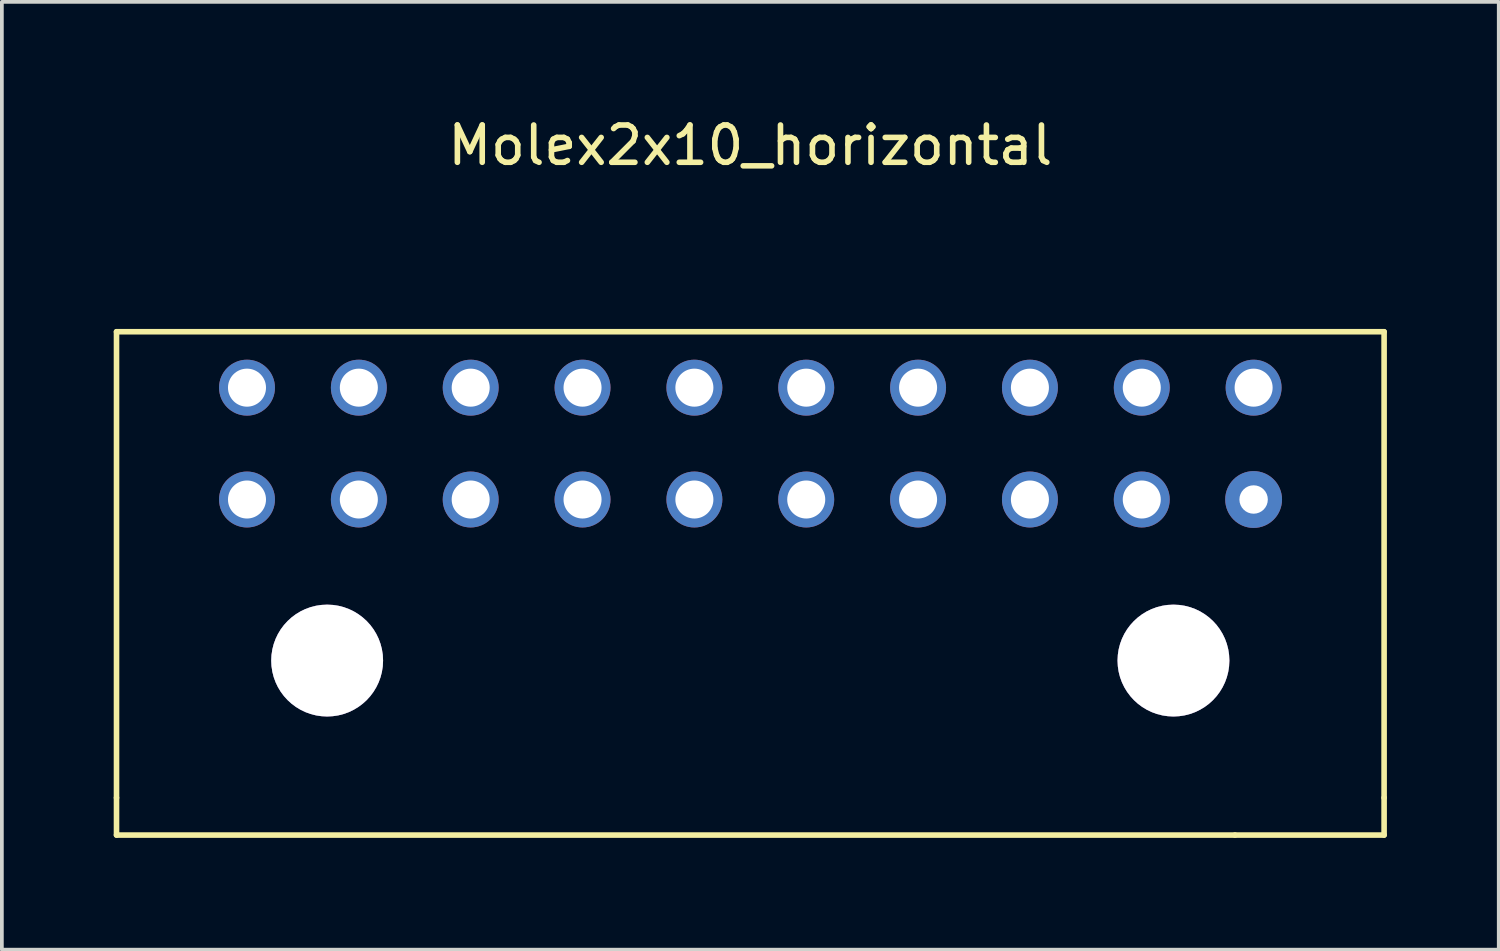
<source format=kicad_pcb>
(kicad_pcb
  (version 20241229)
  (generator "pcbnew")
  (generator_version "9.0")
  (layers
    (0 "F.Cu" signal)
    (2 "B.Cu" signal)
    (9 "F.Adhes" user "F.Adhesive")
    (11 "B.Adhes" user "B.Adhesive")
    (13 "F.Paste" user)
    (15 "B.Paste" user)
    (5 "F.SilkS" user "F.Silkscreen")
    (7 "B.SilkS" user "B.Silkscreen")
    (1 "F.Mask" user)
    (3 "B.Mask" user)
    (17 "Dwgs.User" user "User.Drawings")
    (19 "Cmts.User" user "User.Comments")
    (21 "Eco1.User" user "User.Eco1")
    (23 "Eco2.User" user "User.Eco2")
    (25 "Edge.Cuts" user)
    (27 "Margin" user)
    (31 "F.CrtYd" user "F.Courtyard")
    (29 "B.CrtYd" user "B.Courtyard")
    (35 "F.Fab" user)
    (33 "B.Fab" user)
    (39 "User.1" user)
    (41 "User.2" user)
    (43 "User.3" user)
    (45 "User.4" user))
  (footprint "Molex2x10_horizontal"
    (layer "F.Cu")
    (at 17.075 8.848)
    (property "Reference" "Molex2x10_horizontal" (at 0 -8 0) (layer "F.SilkS") (effects (font (size 1 1) (thickness 0.15))))
    (attr through_hole)
    (fp_line (start -17 -3) (end 17 -3) (stroke (width 0.15) (type solid)) (layer "F.SilkS"))
    (fp_line (start -17 9.5) (end -17 -3) (stroke (width 0.15) (type solid)) (layer "F.SilkS"))
    (fp_line (start -17 10.5) (end -17 9.5) (stroke (width 0.15) (type solid)) (layer "F.SilkS"))
    (fp_line (start 13 10.5) (end -17 10.5) (stroke (width 0.15) (type solid)) (layer "F.SilkS"))
    (fp_line (start 13 10.5) (end 17 10.5) (stroke (width 0.15) (type solid)) (layer "F.SilkS"))
    (fp_line (start 17 9.5) (end 17 -3) (stroke (width 0.15) (type solid)) (layer "F.SilkS"))
    (fp_line (start 17 10.5) (end 17 9.5) (stroke (width 0.15) (type solid)) (layer "F.SilkS"))
    (pad "" thru_hole circle (at -11.35 5.82) (size 3 3) (drill 3) (layers "*.Cu" "*.Mask"))
    (pad "" thru_hole circle (at 11.35 5.82) (size 3 3) (drill 3) (layers "*.Cu" "*.Mask"))
    (pad "1" thru_hole circle (at 13.5 1.5) (size 1.524 1.524) (drill 0.762) (layers "*.Cu" "*.Mask"))
    (pad "2" thru_hole circle (at 10.5 1.5) (size 1.5 1.5) (drill 1.02) (layers "*.Cu" "*.Mask"))
    (pad "3" thru_hole circle (at 7.5 1.5) (size 1.5 1.5) (drill 1.02) (layers "*.Cu" "*.Mask"))
    (pad "4" thru_hole circle (at 4.5 1.5) (size 1.5 1.5) (drill 1.02) (layers "*.Cu" "*.Mask"))
    (pad "5" thru_hole circle (at 1.5 1.5) (size 1.5 1.5) (drill 1.02) (layers "*.Cu" "*.Mask"))
    (pad "6" thru_hole circle (at -1.5 1.5) (size 1.5 1.5) (drill 1.02) (layers "*.Cu" "*.Mask"))
    (pad "7" thru_hole circle (at -4.5 1.5) (size 1.5 1.5) (drill 1.02) (layers "*.Cu" "*.Mask"))
    (pad "8" thru_hole circle (at -7.5 1.5) (size 1.5 1.5) (drill 1.02) (layers "*.Cu" "*.Mask"))
    (pad "9" thru_hole circle (at -10.5 1.5) (size 1.5 1.5) (drill 1.02) (layers "*.Cu" "*.Mask"))
    (pad "10" thru_hole circle (at -13.5 1.5) (size 1.5 1.5) (drill 1.02) (layers "*.Cu" "*.Mask"))
    (pad "11" thru_hole circle (at 13.5 -1.5) (size 1.5 1.5) (drill 1.02) (layers "*.Cu" "*.Mask"))
    (pad "12" thru_hole circle (at 10.5 -1.5) (size 1.5 1.5) (drill 1.02) (layers "*.Cu" "*.Mask"))
    (pad "13" thru_hole circle (at 7.5 -1.5) (size 1.5 1.5) (drill 1.02) (layers "*.Cu" "*.Mask"))
    (pad "14" thru_hole circle (at 4.5 -1.5) (size 1.5 1.5) (drill 1.02) (layers "*.Cu" "*.Mask"))
    (pad "15" thru_hole circle (at 1.5 -1.5) (size 1.5 1.5) (drill 1.02) (layers "*.Cu" "*.Mask"))
    (pad "16" thru_hole circle (at -1.5 -1.5) (size 1.5 1.5) (drill 1.02) (layers "*.Cu" "*.Mask"))
    (pad "17" thru_hole circle (at -4.5 -1.5) (size 1.5 1.5) (drill 1.02) (layers "*.Cu" "*.Mask"))
    (pad "18" thru_hole circle (at -7.5 -1.5) (size 1.5 1.5) (drill 1.02) (layers "*.Cu" "*.Mask"))
    (pad "19" thru_hole circle (at -10.5 -1.5) (size 1.5 1.5) (drill 1.02) (layers "*.Cu" "*.Mask"))
    (pad "20" thru_hole circle (at -13.5 -1.5) (size 1.5 1.5) (drill 1.02) (layers "*.Cu" "*.Mask")))
  (gr_rect
    (start -3 -3)
    (end 37.15 22.423)
    (stroke (width 0.1) (type default))
    (fill no)
    (layer "Edge.Cuts")))
</source>
